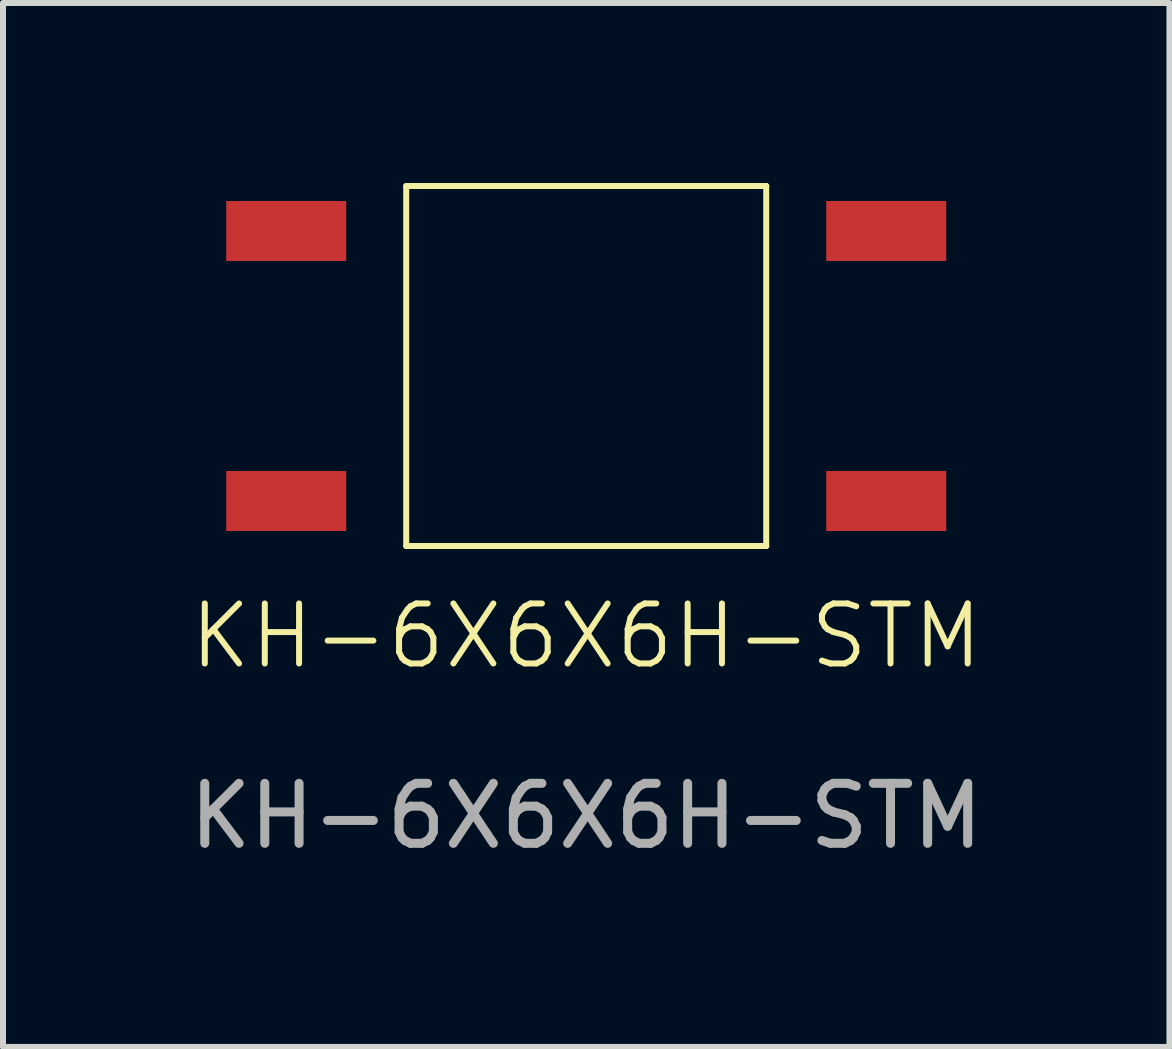
<source format=kicad_pcb>
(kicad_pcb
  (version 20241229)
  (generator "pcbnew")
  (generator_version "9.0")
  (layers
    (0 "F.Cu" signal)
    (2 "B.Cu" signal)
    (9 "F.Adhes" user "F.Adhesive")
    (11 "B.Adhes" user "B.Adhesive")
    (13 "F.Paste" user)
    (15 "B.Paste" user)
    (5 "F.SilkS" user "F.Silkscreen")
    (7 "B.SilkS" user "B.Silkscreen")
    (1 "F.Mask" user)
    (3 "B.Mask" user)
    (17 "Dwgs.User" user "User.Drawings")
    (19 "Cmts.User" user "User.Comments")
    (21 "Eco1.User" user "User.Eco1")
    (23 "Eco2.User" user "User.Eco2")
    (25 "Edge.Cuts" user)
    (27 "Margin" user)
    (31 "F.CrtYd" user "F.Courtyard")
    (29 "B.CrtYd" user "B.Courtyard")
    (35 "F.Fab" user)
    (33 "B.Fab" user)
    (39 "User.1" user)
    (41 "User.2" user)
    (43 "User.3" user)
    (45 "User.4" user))
  (footprint "KH-6X6X6H-STM"
    (layer "F.Cu")
    (at 6.72 3.05)
    (property "Reference" "KH-6X6X6H-STM" (at 0 4.5 0) (unlocked yes) (layer "F.SilkS") (effects (font (size 1 1) (thickness 0.1))))
    (attr smd)
    (fp_line (start -3 -3) (end 3 -3) (stroke (width 0.1) (type default)) (layer "F.SilkS"))
    (fp_line (start -3 3) (end -3 -3) (stroke (width 0.1) (type default)) (layer "F.SilkS"))
    (fp_line (start -2.5 3) (end -3 3) (stroke (width 0.1) (type default)) (layer "F.SilkS"))
    (fp_line (start 3 -3) (end 3 3) (stroke (width 0.1) (type default)) (layer "F.SilkS"))
    (fp_line (start 3 3) (end -2.5 3) (stroke (width 0.1) (type default)) (layer "F.SilkS"))
    (fp_text user "${REFERENCE}" (at 0 7.5 0) (unlocked yes) (layer "F.Fab") (effects (font (size 1 1) (thickness 0.15))))
    (pad "1" smd rect (at -5 -2.25) (size 2 1) (layers "F.Cu" "F.Mask" "F.Paste"))
    (pad "2" smd rect (at 5 -2.25) (size 2 1) (layers "F.Cu" "F.Mask" "F.Paste"))
    (pad "3" smd rect (at -5 2.25) (size 2 1) (layers "F.Cu" "F.Mask" "F.Paste"))
    (pad "4" smd rect (at 5 2.25) (size 2 1) (layers "F.Cu" "F.Mask" "F.Paste")))
  (gr_rect
    (start -3 -3)
    (end 16.44 14.398)
    (stroke (width 0.1) (type default))
    (fill no)
    (layer "Edge.Cuts")))
</source>
